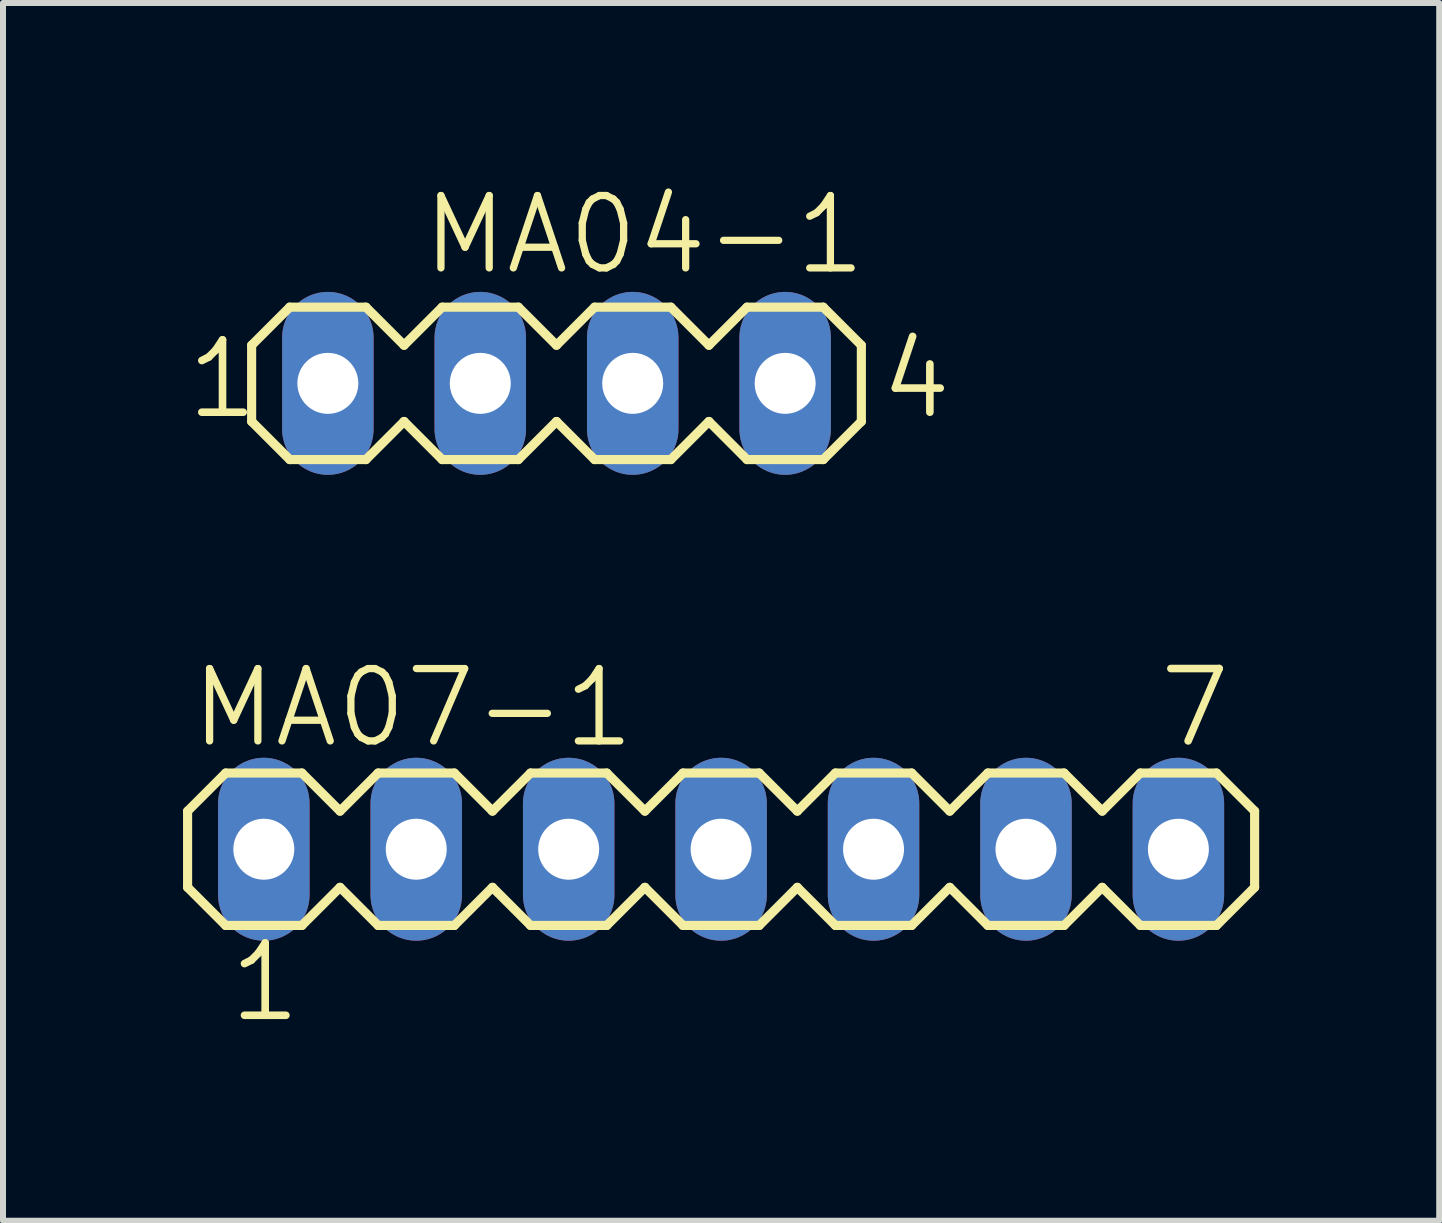
<source format=kicad_pcb>
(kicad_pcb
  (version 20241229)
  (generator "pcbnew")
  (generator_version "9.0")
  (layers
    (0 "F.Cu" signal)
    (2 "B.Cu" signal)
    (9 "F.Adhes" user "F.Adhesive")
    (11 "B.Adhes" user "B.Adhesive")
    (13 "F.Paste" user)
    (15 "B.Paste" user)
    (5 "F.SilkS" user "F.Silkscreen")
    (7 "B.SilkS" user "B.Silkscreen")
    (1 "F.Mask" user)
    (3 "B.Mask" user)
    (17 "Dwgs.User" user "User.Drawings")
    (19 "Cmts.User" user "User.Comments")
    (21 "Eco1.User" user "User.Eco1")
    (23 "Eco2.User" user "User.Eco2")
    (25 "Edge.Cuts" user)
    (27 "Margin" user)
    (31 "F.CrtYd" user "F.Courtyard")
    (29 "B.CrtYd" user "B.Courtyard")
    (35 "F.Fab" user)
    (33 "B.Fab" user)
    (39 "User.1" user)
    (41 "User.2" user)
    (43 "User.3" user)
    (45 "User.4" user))
  (footprint "MA07-1"
    (layer "F.Cu")
    (at 8.966 11.101)
    (property "Reference" "MA07-1" (at -8.89 -1.651 180) (layer "F.SilkS") (effects (font (size 1.206 1.206) (thickness 0.121)) (justify left bottom)))
    (attr through_hole)
    (fp_line (start -8.89 -0.635) (end -8.89 0.635) (stroke (width 0.152) (type solid)) (layer "F.SilkS"))
    (fp_line (start -8.89 0.635) (end -8.255 1.27) (stroke (width 0.152) (type solid)) (layer "F.SilkS"))
    (fp_line (start -8.255 -1.27) (end -8.89 -0.635) (stroke (width 0.152) (type solid)) (layer "F.SilkS"))
    (fp_line (start -8.255 -1.27) (end -6.985 -1.27) (stroke (width 0.152) (type solid)) (layer "F.SilkS"))
    (fp_line (start -6.985 -1.27) (end -6.35 -0.635) (stroke (width 0.152) (type solid)) (layer "F.SilkS"))
    (fp_line (start -6.985 1.27) (end -8.255 1.27) (stroke (width 0.152) (type solid)) (layer "F.SilkS"))
    (fp_line (start -6.35 -0.635) (end -5.715 -1.27) (stroke (width 0.152) (type solid)) (layer "F.SilkS"))
    (fp_line (start -6.35 0.635) (end -6.985 1.27) (stroke (width 0.152) (type solid)) (layer "F.SilkS"))
    (fp_line (start -5.715 -1.27) (end -4.445 -1.27) (stroke (width 0.152) (type solid)) (layer "F.SilkS"))
    (fp_line (start -5.715 1.27) (end -6.35 0.635) (stroke (width 0.152) (type solid)) (layer "F.SilkS"))
    (fp_line (start -4.445 -1.27) (end -3.81 -0.635) (stroke (width 0.152) (type solid)) (layer "F.SilkS"))
    (fp_line (start -4.445 1.27) (end -5.715 1.27) (stroke (width 0.152) (type solid)) (layer "F.SilkS"))
    (fp_line (start -3.81 -0.635) (end -3.175 -1.27) (stroke (width 0.152) (type solid)) (layer "F.SilkS"))
    (fp_line (start -3.81 0.635) (end -4.445 1.27) (stroke (width 0.152) (type solid)) (layer "F.SilkS"))
    (fp_line (start -3.175 -1.27) (end -1.905 -1.27) (stroke (width 0.152) (type solid)) (layer "F.SilkS"))
    (fp_line (start -3.175 1.27) (end -3.81 0.635) (stroke (width 0.152) (type solid)) (layer "F.SilkS"))
    (fp_line (start -1.905 -1.27) (end -1.27 -0.635) (stroke (width 0.152) (type solid)) (layer "F.SilkS"))
    (fp_line (start -1.905 1.27) (end -3.175 1.27) (stroke (width 0.152) (type solid)) (layer "F.SilkS"))
    (fp_line (start -1.27 0.635) (end -1.905 1.27) (stroke (width 0.152) (type solid)) (layer "F.SilkS"))
    (fp_line (start -1.27 0.635) (end -0.635 1.27) (stroke (width 0.152) (type solid)) (layer "F.SilkS"))
    (fp_line (start -0.635 -1.27) (end -1.27 -0.635) (stroke (width 0.152) (type solid)) (layer "F.SilkS"))
    (fp_line (start -0.635 -1.27) (end 0.635 -1.27) (stroke (width 0.152) (type solid)) (layer "F.SilkS"))
    (fp_line (start 0.635 -1.27) (end 1.27 -0.635) (stroke (width 0.152) (type solid)) (layer "F.SilkS"))
    (fp_line (start 0.635 1.27) (end -0.635 1.27) (stroke (width 0.152) (type solid)) (layer "F.SilkS"))
    (fp_line (start 1.27 -0.635) (end 1.905 -1.27) (stroke (width 0.152) (type solid)) (layer "F.SilkS"))
    (fp_line (start 1.27 0.635) (end 0.635 1.27) (stroke (width 0.152) (type solid)) (layer "F.SilkS"))
    (fp_line (start 1.905 -1.27) (end 3.175 -1.27) (stroke (width 0.152) (type solid)) (layer "F.SilkS"))
    (fp_line (start 1.905 1.27) (end 1.27 0.635) (stroke (width 0.152) (type solid)) (layer "F.SilkS"))
    (fp_line (start 3.175 -1.27) (end 3.81 -0.635) (stroke (width 0.152) (type solid)) (layer "F.SilkS"))
    (fp_line (start 3.175 1.27) (end 1.905 1.27) (stroke (width 0.152) (type solid)) (layer "F.SilkS"))
    (fp_line (start 3.81 -0.635) (end 4.445 -1.27) (stroke (width 0.152) (type solid)) (layer "F.SilkS"))
    (fp_line (start 3.81 0.635) (end 3.175 1.27) (stroke (width 0.152) (type solid)) (layer "F.SilkS"))
    (fp_line (start 4.445 -1.27) (end 5.715 -1.27) (stroke (width 0.152) (type solid)) (layer "F.SilkS"))
    (fp_line (start 4.445 1.27) (end 3.81 0.635) (stroke (width 0.152) (type solid)) (layer "F.SilkS"))
    (fp_line (start 5.715 -1.27) (end 6.35 -0.635) (stroke (width 0.152) (type solid)) (layer "F.SilkS"))
    (fp_line (start 5.715 1.27) (end 4.445 1.27) (stroke (width 0.152) (type solid)) (layer "F.SilkS"))
    (fp_line (start 6.35 0.635) (end 5.715 1.27) (stroke (width 0.152) (type solid)) (layer "F.SilkS"))
    (fp_line (start 6.35 0.635) (end 6.985 1.27) (stroke (width 0.152) (type solid)) (layer "F.SilkS"))
    (fp_line (start 6.985 -1.27) (end 6.35 -0.635) (stroke (width 0.152) (type solid)) (layer "F.SilkS"))
    (fp_line (start 6.985 -1.27) (end 8.255 -1.27) (stroke (width 0.152) (type solid)) (layer "F.SilkS"))
    (fp_line (start 8.255 -1.27) (end 8.89 -0.635) (stroke (width 0.152) (type solid)) (layer "F.SilkS"))
    (fp_line (start 8.255 1.27) (end 6.985 1.27) (stroke (width 0.152) (type solid)) (layer "F.SilkS"))
    (fp_line (start 8.89 -0.635) (end 8.89 0.635) (stroke (width 0.152) (type solid)) (layer "F.SilkS"))
    (fp_line (start 8.89 0.635) (end 8.255 1.27) (stroke (width 0.152) (type solid)) (layer "F.SilkS"))
    (fp_poly (pts (xy -7.874 0.254) (xy -7.366 0.254) (xy -7.366 -0.254) (xy -7.874 -0.254)) (stroke (width 0.1) (type solid)) (fill no) (layer "F.Fab"))
    (fp_poly (pts (xy -5.334 0.254) (xy -4.826 0.254) (xy -4.826 -0.254) (xy -5.334 -0.254)) (stroke (width 0.1) (type solid)) (fill no) (layer "F.Fab"))
    (fp_poly (pts (xy -2.794 0.254) (xy -2.286 0.254) (xy -2.286 -0.254) (xy -2.794 -0.254)) (stroke (width 0.1) (type solid)) (fill no) (layer "F.Fab"))
    (fp_poly (pts (xy -0.254 0.254) (xy 0.254 0.254) (xy 0.254 -0.254) (xy -0.254 -0.254)) (stroke (width 0.1) (type solid)) (fill no) (layer "F.Fab"))
    (fp_poly (pts (xy 2.286 0.254) (xy 2.794 0.254) (xy 2.794 -0.254) (xy 2.286 -0.254)) (stroke (width 0.1) (type solid)) (fill no) (layer "F.Fab"))
    (fp_poly (pts (xy 4.826 0.254) (xy 5.334 0.254) (xy 5.334 -0.254) (xy 4.826 -0.254)) (stroke (width 0.1) (type solid)) (fill no) (layer "F.Fab"))
    (fp_poly (pts (xy 7.366 0.254) (xy 7.874 0.254) (xy 7.874 -0.254) (xy 7.366 -0.254)) (stroke (width 0.1) (type solid)) (fill no) (layer "F.Fab"))
    (fp_text user "7" (at 7.239 -1.651 0) (layer "F.SilkS") (effects (font (size 1.206 1.206) (thickness 0.127)) (justify left bottom)))
    (fp_text user "1" (at -8.255 2.921 0) (layer "F.SilkS") (effects (font (size 1.206 1.206) (thickness 0.127)) (justify left bottom)))
    (pad "1" thru_hole oval (at -7.62 0 90) (size 3.048 1.524) (drill 1.016) (layers "*.Cu" "*.Mask"))
    (pad "2" thru_hole oval (at -5.08 0 90) (size 3.048 1.524) (drill 1.016) (layers "*.Cu" "*.Mask"))
    (pad "3" thru_hole oval (at -2.54 0 90) (size 3.048 1.524) (drill 1.016) (layers "*.Cu" "*.Mask"))
    (pad "4" thru_hole oval (at 0 0 90) (size 3.048 1.524) (drill 1.016) (layers "*.Cu" "*.Mask"))
    (pad "5" thru_hole oval (at 2.54 0 90) (size 3.048 1.524) (drill 1.016) (layers "*.Cu" "*.Mask"))
    (pad "6" thru_hole oval (at 5.08 0 90) (size 3.048 1.524) (drill 1.016) (layers "*.Cu" "*.Mask"))
    (pad "7" thru_hole oval (at 7.62 0 90) (size 3.048 1.524) (drill 1.016) (layers "*.Cu" "*.Mask")))
  (footprint "MA04-1"
    (layer "F.Cu")
    (at 6.223 3.338)
    (property "Reference" "MA04-1" (at -2.292 -1.77 0) (layer "F.SilkS") (effects (font (size 1.206 1.206) (thickness 0.121)) (justify left bottom)))
    (attr through_hole)
    (fp_line (start -5.08 -0.635) (end -5.08 0.635) (stroke (width 0.152) (type solid)) (layer "F.SilkS"))
    (fp_line (start -5.08 0.635) (end -4.445 1.27) (stroke (width 0.152) (type solid)) (layer "F.SilkS"))
    (fp_line (start -4.445 -1.27) (end -5.08 -0.635) (stroke (width 0.152) (type solid)) (layer "F.SilkS"))
    (fp_line (start -4.445 -1.27) (end -3.175 -1.27) (stroke (width 0.152) (type solid)) (layer "F.SilkS"))
    (fp_line (start -3.175 -1.27) (end -2.54 -0.635) (stroke (width 0.152) (type solid)) (layer "F.SilkS"))
    (fp_line (start -3.175 1.27) (end -4.445 1.27) (stroke (width 0.152) (type solid)) (layer "F.SilkS"))
    (fp_line (start -2.54 -0.635) (end -1.905 -1.27) (stroke (width 0.152) (type solid)) (layer "F.SilkS"))
    (fp_line (start -2.54 0.635) (end -3.175 1.27) (stroke (width 0.152) (type solid)) (layer "F.SilkS"))
    (fp_line (start -1.905 -1.27) (end -0.635 -1.27) (stroke (width 0.152) (type solid)) (layer "F.SilkS"))
    (fp_line (start -1.905 1.27) (end -2.54 0.635) (stroke (width 0.152) (type solid)) (layer "F.SilkS"))
    (fp_line (start -0.635 -1.27) (end 0 -0.635) (stroke (width 0.152) (type solid)) (layer "F.SilkS"))
    (fp_line (start -0.635 1.27) (end -1.905 1.27) (stroke (width 0.152) (type solid)) (layer "F.SilkS"))
    (fp_line (start 0 -0.635) (end 0.635 -1.27) (stroke (width 0.152) (type solid)) (layer "F.SilkS"))
    (fp_line (start 0 0.635) (end -0.635 1.27) (stroke (width 0.152) (type solid)) (layer "F.SilkS"))
    (fp_line (start 0.635 -1.27) (end 1.905 -1.27) (stroke (width 0.152) (type solid)) (layer "F.SilkS"))
    (fp_line (start 0.635 1.27) (end 0 0.635) (stroke (width 0.152) (type solid)) (layer "F.SilkS"))
    (fp_line (start 1.905 -1.27) (end 2.54 -0.635) (stroke (width 0.152) (type solid)) (layer "F.SilkS"))
    (fp_line (start 1.905 1.27) (end 0.635 1.27) (stroke (width 0.152) (type solid)) (layer "F.SilkS"))
    (fp_line (start 2.54 0.635) (end 1.905 1.27) (stroke (width 0.152) (type solid)) (layer "F.SilkS"))
    (fp_line (start 2.54 0.635) (end 3.175 1.27) (stroke (width 0.152) (type solid)) (layer "F.SilkS"))
    (fp_line (start 3.175 -1.27) (end 2.54 -0.635) (stroke (width 0.152) (type solid)) (layer "F.SilkS"))
    (fp_line (start 3.175 -1.27) (end 4.445 -1.27) (stroke (width 0.152) (type solid)) (layer "F.SilkS"))
    (fp_line (start 4.445 -1.27) (end 5.08 -0.635) (stroke (width 0.152) (type solid)) (layer "F.SilkS"))
    (fp_line (start 4.445 1.27) (end 3.175 1.27) (stroke (width 0.152) (type solid)) (layer "F.SilkS"))
    (fp_line (start 5.08 -0.635) (end 5.08 0.635) (stroke (width 0.152) (type solid)) (layer "F.SilkS"))
    (fp_line (start 5.08 0.635) (end 4.445 1.27) (stroke (width 0.152) (type solid)) (layer "F.SilkS"))
    (fp_poly (pts (xy -4.064 0.254) (xy -3.556 0.254) (xy -3.556 -0.254) (xy -4.064 -0.254)) (stroke (width 0.1) (type solid)) (fill no) (layer "F.Fab"))
    (fp_poly (pts (xy -1.524 0.254) (xy -1.016 0.254) (xy -1.016 -0.254) (xy -1.524 -0.254)) (stroke (width 0.1) (type solid)) (fill no) (layer "F.Fab"))
    (fp_poly (pts (xy 1.016 0.254) (xy 1.524 0.254) (xy 1.524 -0.254) (xy 1.016 -0.254)) (stroke (width 0.1) (type solid)) (fill no) (layer "F.Fab"))
    (fp_poly (pts (xy 3.556 0.254) (xy 4.064 0.254) (xy 4.064 -0.254) (xy 3.556 -0.254)) (stroke (width 0.1) (type solid)) (fill no) (layer "F.Fab"))
    (fp_text user "4" (at 5.334 0.635 0) (layer "F.SilkS") (effects (font (size 1.206 1.206) (thickness 0.127)) (justify left bottom)))
    (fp_text user "1" (at -6.223 0.635 0) (layer "F.SilkS") (effects (font (size 1.206 1.206) (thickness 0.127)) (justify left bottom)))
    (pad "1" thru_hole oval (at -3.81 0 90) (size 3.048 1.524) (drill 1.016) (layers "*.Cu" "*.Mask"))
    (pad "2" thru_hole oval (at -1.27 0 90) (size 3.048 1.524) (drill 1.016) (layers "*.Cu" "*.Mask"))
    (pad "3" thru_hole oval (at 1.27 0 90) (size 3.048 1.524) (drill 1.016) (layers "*.Cu" "*.Mask"))
    (pad "4" thru_hole oval (at 3.81 0 90) (size 3.048 1.524) (drill 1.016) (layers "*.Cu" "*.Mask")))
  (gr_rect
    (start -3 -3)
    (end 20.932 17.291)
    (stroke (width 0.1) (type default))
    (fill no)
    (layer "Edge.Cuts")))
</source>
